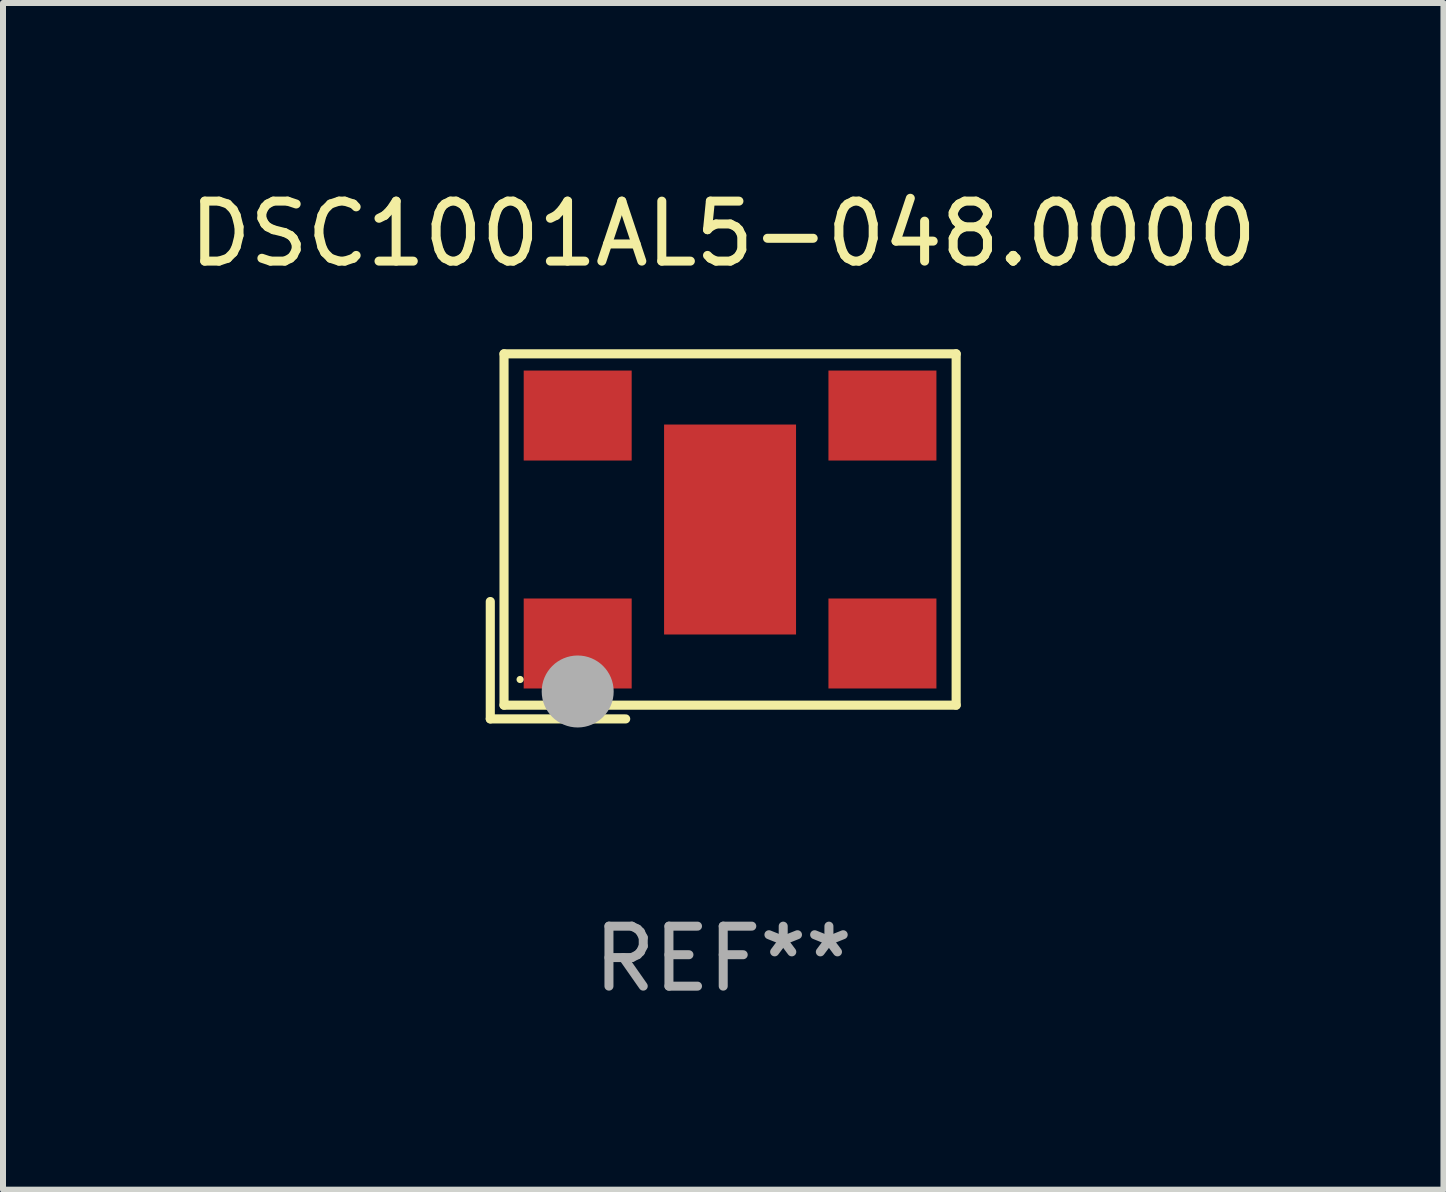
<source format=kicad_pcb>
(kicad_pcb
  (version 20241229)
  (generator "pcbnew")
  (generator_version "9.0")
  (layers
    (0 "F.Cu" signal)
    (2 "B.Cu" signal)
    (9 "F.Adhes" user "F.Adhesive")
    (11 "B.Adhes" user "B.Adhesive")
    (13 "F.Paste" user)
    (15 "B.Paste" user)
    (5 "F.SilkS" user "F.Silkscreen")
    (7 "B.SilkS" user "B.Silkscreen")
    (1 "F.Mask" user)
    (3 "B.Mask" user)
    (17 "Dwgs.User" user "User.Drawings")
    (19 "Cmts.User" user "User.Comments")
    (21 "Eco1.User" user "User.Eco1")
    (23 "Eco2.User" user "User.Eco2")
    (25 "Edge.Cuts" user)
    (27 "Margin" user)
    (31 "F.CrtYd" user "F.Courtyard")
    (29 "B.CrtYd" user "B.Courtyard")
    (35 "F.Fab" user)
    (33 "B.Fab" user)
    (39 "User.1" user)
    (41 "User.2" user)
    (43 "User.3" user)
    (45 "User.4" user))
  (footprint "DSC1001AL5-048.0000"
    (layer "F.Cu")
    (at 9.006 5.891)
    (property "Reference" "DSC1001AL5-048.0000" (at 0 -5.043 0) (layer "F.SilkS") (effects (font (size 1 1) (thickness 0.15))))
    (attr through_hole)
    (fp_line (start -3.883 1.086) (end -3.883 3.043) (stroke (width 0.152) (type solid)) (layer "F.SilkS"))
    (fp_line (start -3.883 3.043) (end -1.626 3.043) (stroke (width 0.152) (type solid)) (layer "F.SilkS"))
    (fp_line (start -3.654 -3.043) (end 3.883 -3.043) (stroke (width 0.152) (type solid)) (layer "F.SilkS"))
    (fp_line (start -3.654 2.814) (end -3.654 -3.043) (stroke (width 0.152) (type solid)) (layer "F.SilkS"))
    (fp_line (start 3.883 -3.043) (end 3.883 2.814) (stroke (width 0.152) (type solid)) (layer "F.SilkS"))
    (fp_line (start 3.883 2.814) (end -3.654 2.814) (stroke (width 0.152) (type solid)) (layer "F.SilkS"))
    (fp_circle (center -3.386 2.386) (end -3.356 2.386) (stroke (width 0.06) (type solid)) (fill no) (layer "F.SilkS"))
    (fp_circle (center -2.426 2.586) (end -2.126 2.586) (stroke (width 0.6) (type solid)) (fill no) (layer "F.Fab"))
    (fp_text user "REF**" (at 0 7.043 0) (layer "F.Fab") (effects (font (size 1 1) (thickness 0.15))))
    (pad "1" smd rect (at -2.426 1.786) (size 1.8 1.5) (layers "F.Cu" "F.Mask" "F.Paste"))
    (pad "2" smd rect (at 2.654 1.786) (size 1.8 1.5) (layers "F.Cu" "F.Mask" "F.Paste"))
    (pad "3" smd rect (at 2.654 -2.014) (size 1.8 1.5) (layers "F.Cu" "F.Mask" "F.Paste"))
    (pad "4" smd rect (at -2.426 -2.014) (size 1.8 1.5) (layers "F.Cu" "F.Mask" "F.Paste"))
    (pad "5" smd rect (at 0.114 -0.114) (size 2.2 3.5) (layers "F.Cu" "F.Mask" "F.Paste")))
  (gr_rect
    (start -3 -3)
    (end 21.012 16.782)
    (stroke (width 0.1) (type default))
    (fill no)
    (layer "Edge.Cuts")))
</source>
